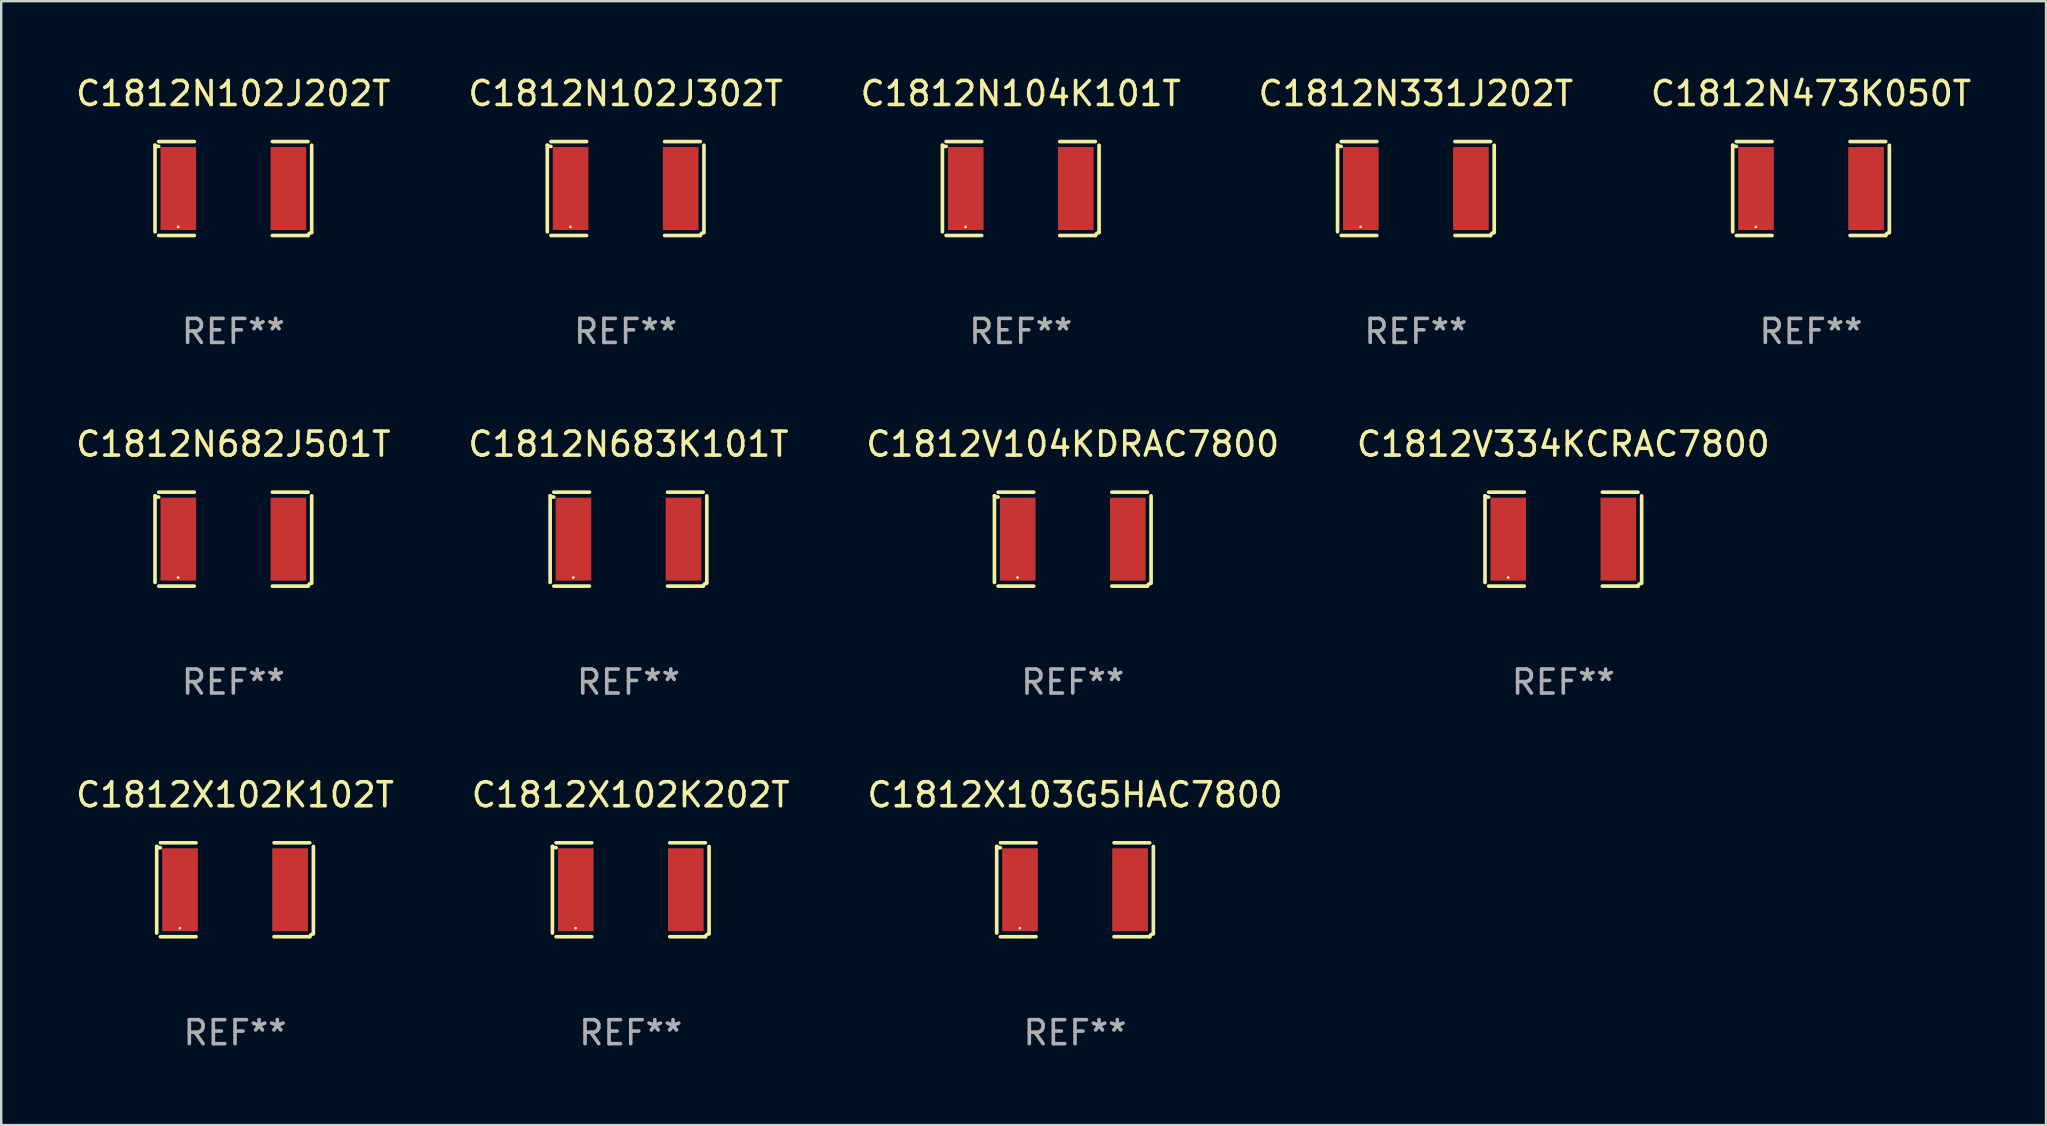
<source format=kicad_pcb>
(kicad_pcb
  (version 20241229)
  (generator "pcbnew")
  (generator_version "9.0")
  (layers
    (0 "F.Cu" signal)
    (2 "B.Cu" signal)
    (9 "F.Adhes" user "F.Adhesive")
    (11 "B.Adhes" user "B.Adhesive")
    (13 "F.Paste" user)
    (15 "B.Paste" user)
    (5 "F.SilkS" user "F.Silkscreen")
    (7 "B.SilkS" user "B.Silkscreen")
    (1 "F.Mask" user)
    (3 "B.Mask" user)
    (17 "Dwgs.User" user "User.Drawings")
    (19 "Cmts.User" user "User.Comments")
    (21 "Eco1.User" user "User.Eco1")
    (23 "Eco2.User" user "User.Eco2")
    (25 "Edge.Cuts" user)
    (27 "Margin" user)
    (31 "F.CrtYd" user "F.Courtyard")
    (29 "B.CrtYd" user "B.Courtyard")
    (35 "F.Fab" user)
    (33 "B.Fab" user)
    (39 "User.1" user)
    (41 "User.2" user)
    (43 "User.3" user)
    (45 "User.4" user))
  (footprint "C1812N682J501T"
    (layer "F.Cu")
    (at 6.673 19.415)
    (property "Reference" "C1812N682J501T" (at 0 -3.957 0) (layer "F.SilkS") (effects (font (size 1 1) (thickness 0.15))))
    (attr through_hole)
    (fp_line (start -3.264 1.804) (end -3.264 -1.804) (stroke (width 0.152) (type solid)) (layer "F.SilkS"))
    (fp_line (start -3.111 -1.957) (end -1.626 -1.957) (stroke (width 0.152) (type solid)) (layer "F.SilkS"))
    (fp_line (start -1.626 1.957) (end -3.111 1.957) (stroke (width 0.152) (type solid)) (layer "F.SilkS"))
    (fp_line (start 1.626 1.957) (end 3.111 1.957) (stroke (width 0.152) (type solid)) (layer "F.SilkS"))
    (fp_line (start 3.111 -1.957) (end 1.626 -1.957) (stroke (width 0.152) (type solid)) (layer "F.SilkS"))
    (fp_line (start 3.264 1.804) (end 3.264 -1.804) (stroke (width 0.152) (type solid)) (layer "F.SilkS"))
    (fp_arc (start -3.111202 -1.752192) (mid -3.191715 -1.76555) (end -3.263602 -1.804191) (stroke (width 0.1524) (type solid)) (layer "F.SilkS"))
    (fp_arc (start 3.111201 1.956591) (mid 3.167789 1.872777) (end 3.263602 1.840424) (stroke (width 0.1524) (type solid)) (layer "F.SilkS"))
    (fp_circle (center -2.3 1.6) (end -2.27 1.6) (stroke (width 0.06) (type solid)) (fill no) (layer "F.SilkS"))
    (fp_text user "REF**" (at 0 5.957 0) (layer "F.Fab") (effects (font (size 1 1) (thickness 0.15))))
    (pad "1" smd rect (at -2.293 0) (size 1.485 3.456) (layers "F.Cu" "F.Mask" "F.Paste"))
    (pad "2" smd rect (at 2.293 0) (size 1.485 3.456) (layers "F.Cu" "F.Mask" "F.Paste")))
  (footprint "C1812N683K101T"
    (layer "F.Cu")
    (at 23.137 19.415)
    (property "Reference" "C1812N683K101T" (at 0 -3.957 0) (layer "F.SilkS") (effects (font (size 1 1) (thickness 0.15))))
    (attr through_hole)
    (fp_line (start -3.264 1.804) (end -3.264 -1.804) (stroke (width 0.152) (type solid)) (layer "F.SilkS"))
    (fp_line (start -3.111 -1.957) (end -1.626 -1.957) (stroke (width 0.152) (type solid)) (layer "F.SilkS"))
    (fp_line (start -1.626 1.957) (end -3.111 1.957) (stroke (width 0.152) (type solid)) (layer "F.SilkS"))
    (fp_line (start 1.626 1.957) (end 3.111 1.957) (stroke (width 0.152) (type solid)) (layer "F.SilkS"))
    (fp_line (start 3.111 -1.957) (end 1.626 -1.957) (stroke (width 0.152) (type solid)) (layer "F.SilkS"))
    (fp_line (start 3.264 1.804) (end 3.264 -1.804) (stroke (width 0.152) (type solid)) (layer "F.SilkS"))
    (fp_arc (start -3.111202 -1.752192) (mid -3.191715 -1.76555) (end -3.263602 -1.804191) (stroke (width 0.1524) (type solid)) (layer "F.SilkS"))
    (fp_arc (start 3.111201 1.956591) (mid 3.167789 1.872777) (end 3.263602 1.840424) (stroke (width 0.1524) (type solid)) (layer "F.SilkS"))
    (fp_circle (center -2.3 1.6) (end -2.27 1.6) (stroke (width 0.06) (type solid)) (fill no) (layer "F.SilkS"))
    (fp_text user "REF**" (at 0 5.957 0) (layer "F.Fab") (effects (font (size 1 1) (thickness 0.15))))
    (pad "1" smd rect (at -2.293 0) (size 1.485 3.456) (layers "F.Cu" "F.Mask" "F.Paste"))
    (pad "2" smd rect (at 2.293 0) (size 1.485 3.456) (layers "F.Cu" "F.Mask" "F.Paste")))
  (footprint "C1812N473K050T"
    (layer "F.Cu")
    (at 72.411 4.805)
    (property "Reference" "C1812N473K050T" (at 0 -3.957 0) (layer "F.SilkS") (effects (font (size 1 1) (thickness 0.15))))
    (attr through_hole)
    (fp_line (start -3.264 1.804) (end -3.264 -1.804) (stroke (width 0.152) (type solid)) (layer "F.SilkS"))
    (fp_line (start -3.111 -1.957) (end -1.626 -1.957) (stroke (width 0.152) (type solid)) (layer "F.SilkS"))
    (fp_line (start -1.626 1.957) (end -3.111 1.957) (stroke (width 0.152) (type solid)) (layer "F.SilkS"))
    (fp_line (start 1.626 1.957) (end 3.111 1.957) (stroke (width 0.152) (type solid)) (layer "F.SilkS"))
    (fp_line (start 3.111 -1.957) (end 1.626 -1.957) (stroke (width 0.152) (type solid)) (layer "F.SilkS"))
    (fp_line (start 3.264 1.804) (end 3.264 -1.804) (stroke (width 0.152) (type solid)) (layer "F.SilkS"))
    (fp_arc (start -3.111202 -1.752192) (mid -3.191715 -1.76555) (end -3.263602 -1.804191) (stroke (width 0.1524) (type solid)) (layer "F.SilkS"))
    (fp_arc (start 3.111201 1.956591) (mid 3.167789 1.872777) (end 3.263602 1.840424) (stroke (width 0.1524) (type solid)) (layer "F.SilkS"))
    (fp_circle (center -2.3 1.6) (end -2.27 1.6) (stroke (width 0.06) (type solid)) (fill no) (layer "F.SilkS"))
    (fp_text user "REF**" (at 0 5.957 0) (layer "F.Fab") (effects (font (size 1 1) (thickness 0.15))))
    (pad "1" smd rect (at -2.293 0) (size 1.485 3.456) (layers "F.Cu" "F.Mask" "F.Paste"))
    (pad "2" smd rect (at 2.293 0) (size 1.485 3.456) (layers "F.Cu" "F.Mask" "F.Paste")))
  (footprint "C1812V104KDRAC7800"
    (layer "F.Cu")
    (at 41.649 19.415)
    (property "Reference" "C1812V104KDRAC7800" (at 0 -3.957 0) (layer "F.SilkS") (effects (font (size 1 1) (thickness 0.15))))
    (attr through_hole)
    (fp_line (start -3.264 1.804) (end -3.264 -1.804) (stroke (width 0.152) (type solid)) (layer "F.SilkS"))
    (fp_line (start -3.111 -1.957) (end -1.626 -1.957) (stroke (width 0.152) (type solid)) (layer "F.SilkS"))
    (fp_line (start -1.626 1.957) (end -3.111 1.957) (stroke (width 0.152) (type solid)) (layer "F.SilkS"))
    (fp_line (start 1.626 1.957) (end 3.111 1.957) (stroke (width 0.152) (type solid)) (layer "F.SilkS"))
    (fp_line (start 3.111 -1.957) (end 1.626 -1.957) (stroke (width 0.152) (type solid)) (layer "F.SilkS"))
    (fp_line (start 3.264 1.804) (end 3.264 -1.804) (stroke (width 0.152) (type solid)) (layer "F.SilkS"))
    (fp_arc (start -3.111202 -1.752192) (mid -3.191715 -1.76555) (end -3.263602 -1.804191) (stroke (width 0.1524) (type solid)) (layer "F.SilkS"))
    (fp_arc (start 3.111201 1.956591) (mid 3.167789 1.872777) (end 3.263602 1.840424) (stroke (width 0.1524) (type solid)) (layer "F.SilkS"))
    (fp_circle (center -2.3 1.6) (end -2.27 1.6) (stroke (width 0.06) (type solid)) (fill no) (layer "F.SilkS"))
    (fp_text user "REF**" (at 0 5.957 0) (layer "F.Fab") (effects (font (size 1 1) (thickness 0.15))))
    (pad "1" smd rect (at -2.293 0) (size 1.485 3.456) (layers "F.Cu" "F.Mask" "F.Paste"))
    (pad "2" smd rect (at 2.293 0) (size 1.485 3.456) (layers "F.Cu" "F.Mask" "F.Paste")))
  (footprint "C1812N331J202T"
    (layer "F.Cu")
    (at 55.946 4.805)
    (property "Reference" "C1812N331J202T" (at 0 -3.957 0) (layer "F.SilkS") (effects (font (size 1 1) (thickness 0.15))))
    (attr through_hole)
    (fp_line (start -3.264 1.804) (end -3.264 -1.804) (stroke (width 0.152) (type solid)) (layer "F.SilkS"))
    (fp_line (start -3.111 -1.957) (end -1.626 -1.957) (stroke (width 0.152) (type solid)) (layer "F.SilkS"))
    (fp_line (start -1.626 1.957) (end -3.111 1.957) (stroke (width 0.152) (type solid)) (layer "F.SilkS"))
    (fp_line (start 1.626 1.957) (end 3.111 1.957) (stroke (width 0.152) (type solid)) (layer "F.SilkS"))
    (fp_line (start 3.111 -1.957) (end 1.626 -1.957) (stroke (width 0.152) (type solid)) (layer "F.SilkS"))
    (fp_line (start 3.264 1.804) (end 3.264 -1.804) (stroke (width 0.152) (type solid)) (layer "F.SilkS"))
    (fp_arc (start -3.111202 -1.752192) (mid -3.191715 -1.76555) (end -3.263602 -1.804191) (stroke (width 0.1524) (type solid)) (layer "F.SilkS"))
    (fp_arc (start 3.111201 1.956591) (mid 3.167789 1.872777) (end 3.263602 1.840424) (stroke (width 0.1524) (type solid)) (layer "F.SilkS"))
    (fp_circle (center -2.3 1.6) (end -2.27 1.6) (stroke (width 0.06) (type solid)) (fill no) (layer "F.SilkS"))
    (fp_text user "REF**" (at 0 5.957 0) (layer "F.Fab") (effects (font (size 1 1) (thickness 0.15))))
    (pad "1" smd rect (at -2.293 0) (size 1.485 3.456) (layers "F.Cu" "F.Mask" "F.Paste"))
    (pad "2" smd rect (at 2.293 0) (size 1.485 3.456) (layers "F.Cu" "F.Mask" "F.Paste")))
  (footprint "C1812N102J302T"
    (layer "F.Cu")
    (at 23.018 4.805)
    (property "Reference" "C1812N102J302T" (at 0 -3.957 0) (layer "F.SilkS") (effects (font (size 1 1) (thickness 0.15))))
    (attr through_hole)
    (fp_line (start -3.264 1.804) (end -3.264 -1.804) (stroke (width 0.152) (type solid)) (layer "F.SilkS"))
    (fp_line (start -3.111 -1.957) (end -1.626 -1.957) (stroke (width 0.152) (type solid)) (layer "F.SilkS"))
    (fp_line (start -1.626 1.957) (end -3.111 1.957) (stroke (width 0.152) (type solid)) (layer "F.SilkS"))
    (fp_line (start 1.626 1.957) (end 3.111 1.957) (stroke (width 0.152) (type solid)) (layer "F.SilkS"))
    (fp_line (start 3.111 -1.957) (end 1.626 -1.957) (stroke (width 0.152) (type solid)) (layer "F.SilkS"))
    (fp_line (start 3.264 1.804) (end 3.264 -1.804) (stroke (width 0.152) (type solid)) (layer "F.SilkS"))
    (fp_arc (start -3.111202 -1.752192) (mid -3.191715 -1.76555) (end -3.263602 -1.804191) (stroke (width 0.1524) (type solid)) (layer "F.SilkS"))
    (fp_arc (start 3.111201 1.956591) (mid 3.167789 1.872777) (end 3.263602 1.840424) (stroke (width 0.1524) (type solid)) (layer "F.SilkS"))
    (fp_circle (center -2.3 1.6) (end -2.27 1.6) (stroke (width 0.06) (type solid)) (fill no) (layer "F.SilkS"))
    (fp_text user "REF**" (at 0 5.957 0) (layer "F.Fab") (effects (font (size 1 1) (thickness 0.15))))
    (pad "1" smd rect (at -2.293 0) (size 1.485 3.456) (layers "F.Cu" "F.Mask" "F.Paste"))
    (pad "2" smd rect (at 2.293 0) (size 1.485 3.456) (layers "F.Cu" "F.Mask" "F.Paste")))
  (footprint "C1812N104K101T"
    (layer "F.Cu")
    (at 39.482 4.805)
    (property "Reference" "C1812N104K101T" (at 0 -3.957 0) (layer "F.SilkS") (effects (font (size 1 1) (thickness 0.15))))
    (attr through_hole)
    (fp_line (start -3.264 1.804) (end -3.264 -1.804) (stroke (width 0.152) (type solid)) (layer "F.SilkS"))
    (fp_line (start -3.111 -1.957) (end -1.626 -1.957) (stroke (width 0.152) (type solid)) (layer "F.SilkS"))
    (fp_line (start -1.626 1.957) (end -3.111 1.957) (stroke (width 0.152) (type solid)) (layer "F.SilkS"))
    (fp_line (start 1.626 1.957) (end 3.111 1.957) (stroke (width 0.152) (type solid)) (layer "F.SilkS"))
    (fp_line (start 3.111 -1.957) (end 1.626 -1.957) (stroke (width 0.152) (type solid)) (layer "F.SilkS"))
    (fp_line (start 3.264 1.804) (end 3.264 -1.804) (stroke (width 0.152) (type solid)) (layer "F.SilkS"))
    (fp_arc (start -3.111202 -1.752192) (mid -3.191715 -1.76555) (end -3.263602 -1.804191) (stroke (width 0.1524) (type solid)) (layer "F.SilkS"))
    (fp_arc (start 3.111201 1.956591) (mid 3.167789 1.872777) (end 3.263602 1.840424) (stroke (width 0.1524) (type solid)) (layer "F.SilkS"))
    (fp_circle (center -2.3 1.6) (end -2.27 1.6) (stroke (width 0.06) (type solid)) (fill no) (layer "F.SilkS"))
    (fp_text user "REF**" (at 0 5.957 0) (layer "F.Fab") (effects (font (size 1 1) (thickness 0.15))))
    (pad "1" smd rect (at -2.293 0) (size 1.485 3.456) (layers "F.Cu" "F.Mask" "F.Paste"))
    (pad "2" smd rect (at 2.293 0) (size 1.485 3.456) (layers "F.Cu" "F.Mask" "F.Paste")))
  (footprint "C1812V334KCRAC7800"
    (layer "F.Cu")
    (at 62.089 19.415)
    (property "Reference" "C1812V334KCRAC7800" (at 0 -3.957 0) (layer "F.SilkS") (effects (font (size 1 1) (thickness 0.15))))
    (attr through_hole)
    (fp_line (start -3.264 1.804) (end -3.264 -1.804) (stroke (width 0.152) (type solid)) (layer "F.SilkS"))
    (fp_line (start -3.111 -1.957) (end -1.626 -1.957) (stroke (width 0.152) (type solid)) (layer "F.SilkS"))
    (fp_line (start -1.626 1.957) (end -3.111 1.957) (stroke (width 0.152) (type solid)) (layer "F.SilkS"))
    (fp_line (start 1.626 1.957) (end 3.111 1.957) (stroke (width 0.152) (type solid)) (layer "F.SilkS"))
    (fp_line (start 3.111 -1.957) (end 1.626 -1.957) (stroke (width 0.152) (type solid)) (layer "F.SilkS"))
    (fp_line (start 3.264 1.804) (end 3.264 -1.804) (stroke (width 0.152) (type solid)) (layer "F.SilkS"))
    (fp_arc (start -3.111202 -1.752192) (mid -3.191715 -1.76555) (end -3.263602 -1.804191) (stroke (width 0.1524) (type solid)) (layer "F.SilkS"))
    (fp_arc (start 3.111201 1.956591) (mid 3.167789 1.872777) (end 3.263602 1.840424) (stroke (width 0.1524) (type solid)) (layer "F.SilkS"))
    (fp_circle (center -2.3 1.6) (end -2.27 1.6) (stroke (width 0.06) (type solid)) (fill no) (layer "F.SilkS"))
    (fp_text user "REF**" (at 0 5.957 0) (layer "F.Fab") (effects (font (size 1 1) (thickness 0.15))))
    (pad "1" smd rect (at -2.293 0) (size 1.485 3.456) (layers "F.Cu" "F.Mask" "F.Paste"))
    (pad "2" smd rect (at 2.293 0) (size 1.485 3.456) (layers "F.Cu" "F.Mask" "F.Paste")))
  (footprint "C1812X102K202T"
    (layer "F.Cu")
    (at 23.232 34.024)
    (property "Reference" "C1812X102K202T" (at 0 -3.957 0) (layer "F.SilkS") (effects (font (size 1 1) (thickness 0.15))))
    (attr through_hole)
    (fp_line (start -3.264 1.804) (end -3.264 -1.804) (stroke (width 0.152) (type solid)) (layer "F.SilkS"))
    (fp_line (start -3.111 -1.957) (end -1.626 -1.957) (stroke (width 0.152) (type solid)) (layer "F.SilkS"))
    (fp_line (start -1.626 1.957) (end -3.111 1.957) (stroke (width 0.152) (type solid)) (layer "F.SilkS"))
    (fp_line (start 1.626 1.957) (end 3.111 1.957) (stroke (width 0.152) (type solid)) (layer "F.SilkS"))
    (fp_line (start 3.111 -1.957) (end 1.626 -1.957) (stroke (width 0.152) (type solid)) (layer "F.SilkS"))
    (fp_line (start 3.264 1.804) (end 3.264 -1.804) (stroke (width 0.152) (type solid)) (layer "F.SilkS"))
    (fp_arc (start -3.111202 -1.752192) (mid -3.191715 -1.76555) (end -3.263602 -1.804191) (stroke (width 0.1524) (type solid)) (layer "F.SilkS"))
    (fp_arc (start 3.111201 1.956591) (mid 3.167789 1.872777) (end 3.263602 1.840424) (stroke (width 0.1524) (type solid)) (layer "F.SilkS"))
    (fp_circle (center -2.3 1.6) (end -2.27 1.6) (stroke (width 0.06) (type solid)) (fill no) (layer "F.SilkS"))
    (fp_text user "REF**" (at 0 5.957 0) (layer "F.Fab") (effects (font (size 1 1) (thickness 0.15))))
    (pad "1" smd rect (at -2.293 0) (size 1.485 3.456) (layers "F.Cu" "F.Mask" "F.Paste"))
    (pad "2" smd rect (at 2.293 0) (size 1.485 3.456) (layers "F.Cu" "F.Mask" "F.Paste")))
  (footprint "C1812X103G5HAC7800"
    (layer "F.Cu")
    (at 41.744 34.024)
    (property "Reference" "C1812X103G5HAC7800" (at 0 -3.957 0) (layer "F.SilkS") (effects (font (size 1 1) (thickness 0.15))))
    (attr through_hole)
    (fp_line (start -3.264 1.804) (end -3.264 -1.804) (stroke (width 0.152) (type solid)) (layer "F.SilkS"))
    (fp_line (start -3.111 -1.957) (end -1.626 -1.957) (stroke (width 0.152) (type solid)) (layer "F.SilkS"))
    (fp_line (start -1.626 1.957) (end -3.111 1.957) (stroke (width 0.152) (type solid)) (layer "F.SilkS"))
    (fp_line (start 1.626 1.957) (end 3.111 1.957) (stroke (width 0.152) (type solid)) (layer "F.SilkS"))
    (fp_line (start 3.111 -1.957) (end 1.626 -1.957) (stroke (width 0.152) (type solid)) (layer "F.SilkS"))
    (fp_line (start 3.264 1.804) (end 3.264 -1.804) (stroke (width 0.152) (type solid)) (layer "F.SilkS"))
    (fp_arc (start -3.111202 -1.752192) (mid -3.191715 -1.76555) (end -3.263602 -1.804191) (stroke (width 0.1524) (type solid)) (layer "F.SilkS"))
    (fp_arc (start 3.111201 1.956591) (mid 3.167789 1.872777) (end 3.263602 1.840424) (stroke (width 0.1524) (type solid)) (layer "F.SilkS"))
    (fp_circle (center -2.3 1.6) (end -2.27 1.6) (stroke (width 0.06) (type solid)) (fill no) (layer "F.SilkS"))
    (fp_text user "REF**" (at 0 5.957 0) (layer "F.Fab") (effects (font (size 1 1) (thickness 0.15))))
    (pad "1" smd rect (at -2.293 0) (size 1.485 3.456) (layers "F.Cu" "F.Mask" "F.Paste"))
    (pad "2" smd rect (at 2.293 0) (size 1.485 3.456) (layers "F.Cu" "F.Mask" "F.Paste")))
  (footprint "C1812N102J202T"
    (layer "F.Cu")
    (at 6.673 4.805)
    (property "Reference" "C1812N102J202T" (at 0 -3.957 0) (layer "F.SilkS") (effects (font (size 1 1) (thickness 0.15))))
    (attr through_hole)
    (fp_line (start -3.264 1.804) (end -3.264 -1.804) (stroke (width 0.152) (type solid)) (layer "F.SilkS"))
    (fp_line (start -3.111 -1.957) (end -1.626 -1.957) (stroke (width 0.152) (type solid)) (layer "F.SilkS"))
    (fp_line (start -1.626 1.957) (end -3.111 1.957) (stroke (width 0.152) (type solid)) (layer "F.SilkS"))
    (fp_line (start 1.626 1.957) (end 3.111 1.957) (stroke (width 0.152) (type solid)) (layer "F.SilkS"))
    (fp_line (start 3.111 -1.957) (end 1.626 -1.957) (stroke (width 0.152) (type solid)) (layer "F.SilkS"))
    (fp_line (start 3.264 1.804) (end 3.264 -1.804) (stroke (width 0.152) (type solid)) (layer "F.SilkS"))
    (fp_arc (start -3.111202 -1.752192) (mid -3.191715 -1.76555) (end -3.263602 -1.804191) (stroke (width 0.1524) (type solid)) (layer "F.SilkS"))
    (fp_arc (start 3.111201 1.956591) (mid 3.167789 1.872777) (end 3.263602 1.840424) (stroke (width 0.1524) (type solid)) (layer "F.SilkS"))
    (fp_circle (center -2.3 1.6) (end -2.27 1.6) (stroke (width 0.06) (type solid)) (fill no) (layer "F.SilkS"))
    (fp_text user "REF**" (at 0 5.957 0) (layer "F.Fab") (effects (font (size 1 1) (thickness 0.15))))
    (pad "1" smd rect (at -2.293 0) (size 1.485 3.456) (layers "F.Cu" "F.Mask" "F.Paste"))
    (pad "2" smd rect (at 2.293 0) (size 1.485 3.456) (layers "F.Cu" "F.Mask" "F.Paste")))
  (footprint "C1812X102K102T"
    (layer "F.Cu")
    (at 6.744 34.024)
    (property "Reference" "C1812X102K102T" (at 0 -3.957 0) (layer "F.SilkS") (effects (font (size 1 1) (thickness 0.15))))
    (attr through_hole)
    (fp_line (start -3.264 1.804) (end -3.264 -1.804) (stroke (width 0.152) (type solid)) (layer "F.SilkS"))
    (fp_line (start -3.111 -1.957) (end -1.626 -1.957) (stroke (width 0.152) (type solid)) (layer "F.SilkS"))
    (fp_line (start -1.626 1.957) (end -3.111 1.957) (stroke (width 0.152) (type solid)) (layer "F.SilkS"))
    (fp_line (start 1.626 1.957) (end 3.111 1.957) (stroke (width 0.152) (type solid)) (layer "F.SilkS"))
    (fp_line (start 3.111 -1.957) (end 1.626 -1.957) (stroke (width 0.152) (type solid)) (layer "F.SilkS"))
    (fp_line (start 3.264 1.804) (end 3.264 -1.804) (stroke (width 0.152) (type solid)) (layer "F.SilkS"))
    (fp_arc (start -3.111202 -1.752192) (mid -3.191715 -1.76555) (end -3.263602 -1.804191) (stroke (width 0.1524) (type solid)) (layer "F.SilkS"))
    (fp_arc (start 3.111201 1.956591) (mid 3.167789 1.872777) (end 3.263602 1.840424) (stroke (width 0.1524) (type solid)) (layer "F.SilkS"))
    (fp_circle (center -2.3 1.6) (end -2.27 1.6) (stroke (width 0.06) (type solid)) (fill no) (layer "F.SilkS"))
    (fp_text user "REF**" (at 0 5.957 0) (layer "F.Fab") (effects (font (size 1 1) (thickness 0.15))))
    (pad "1" smd rect (at -2.293 0) (size 1.485 3.456) (layers "F.Cu" "F.Mask" "F.Paste"))
    (pad "2" smd rect (at 2.293 0) (size 1.485 3.456) (layers "F.Cu" "F.Mask" "F.Paste")))
  (gr_rect
    (start -3 -3)
    (end 82.202 43.829)
    (stroke (width 0.1) (type default))
    (fill no)
    (layer "Edge.Cuts")))
</source>
